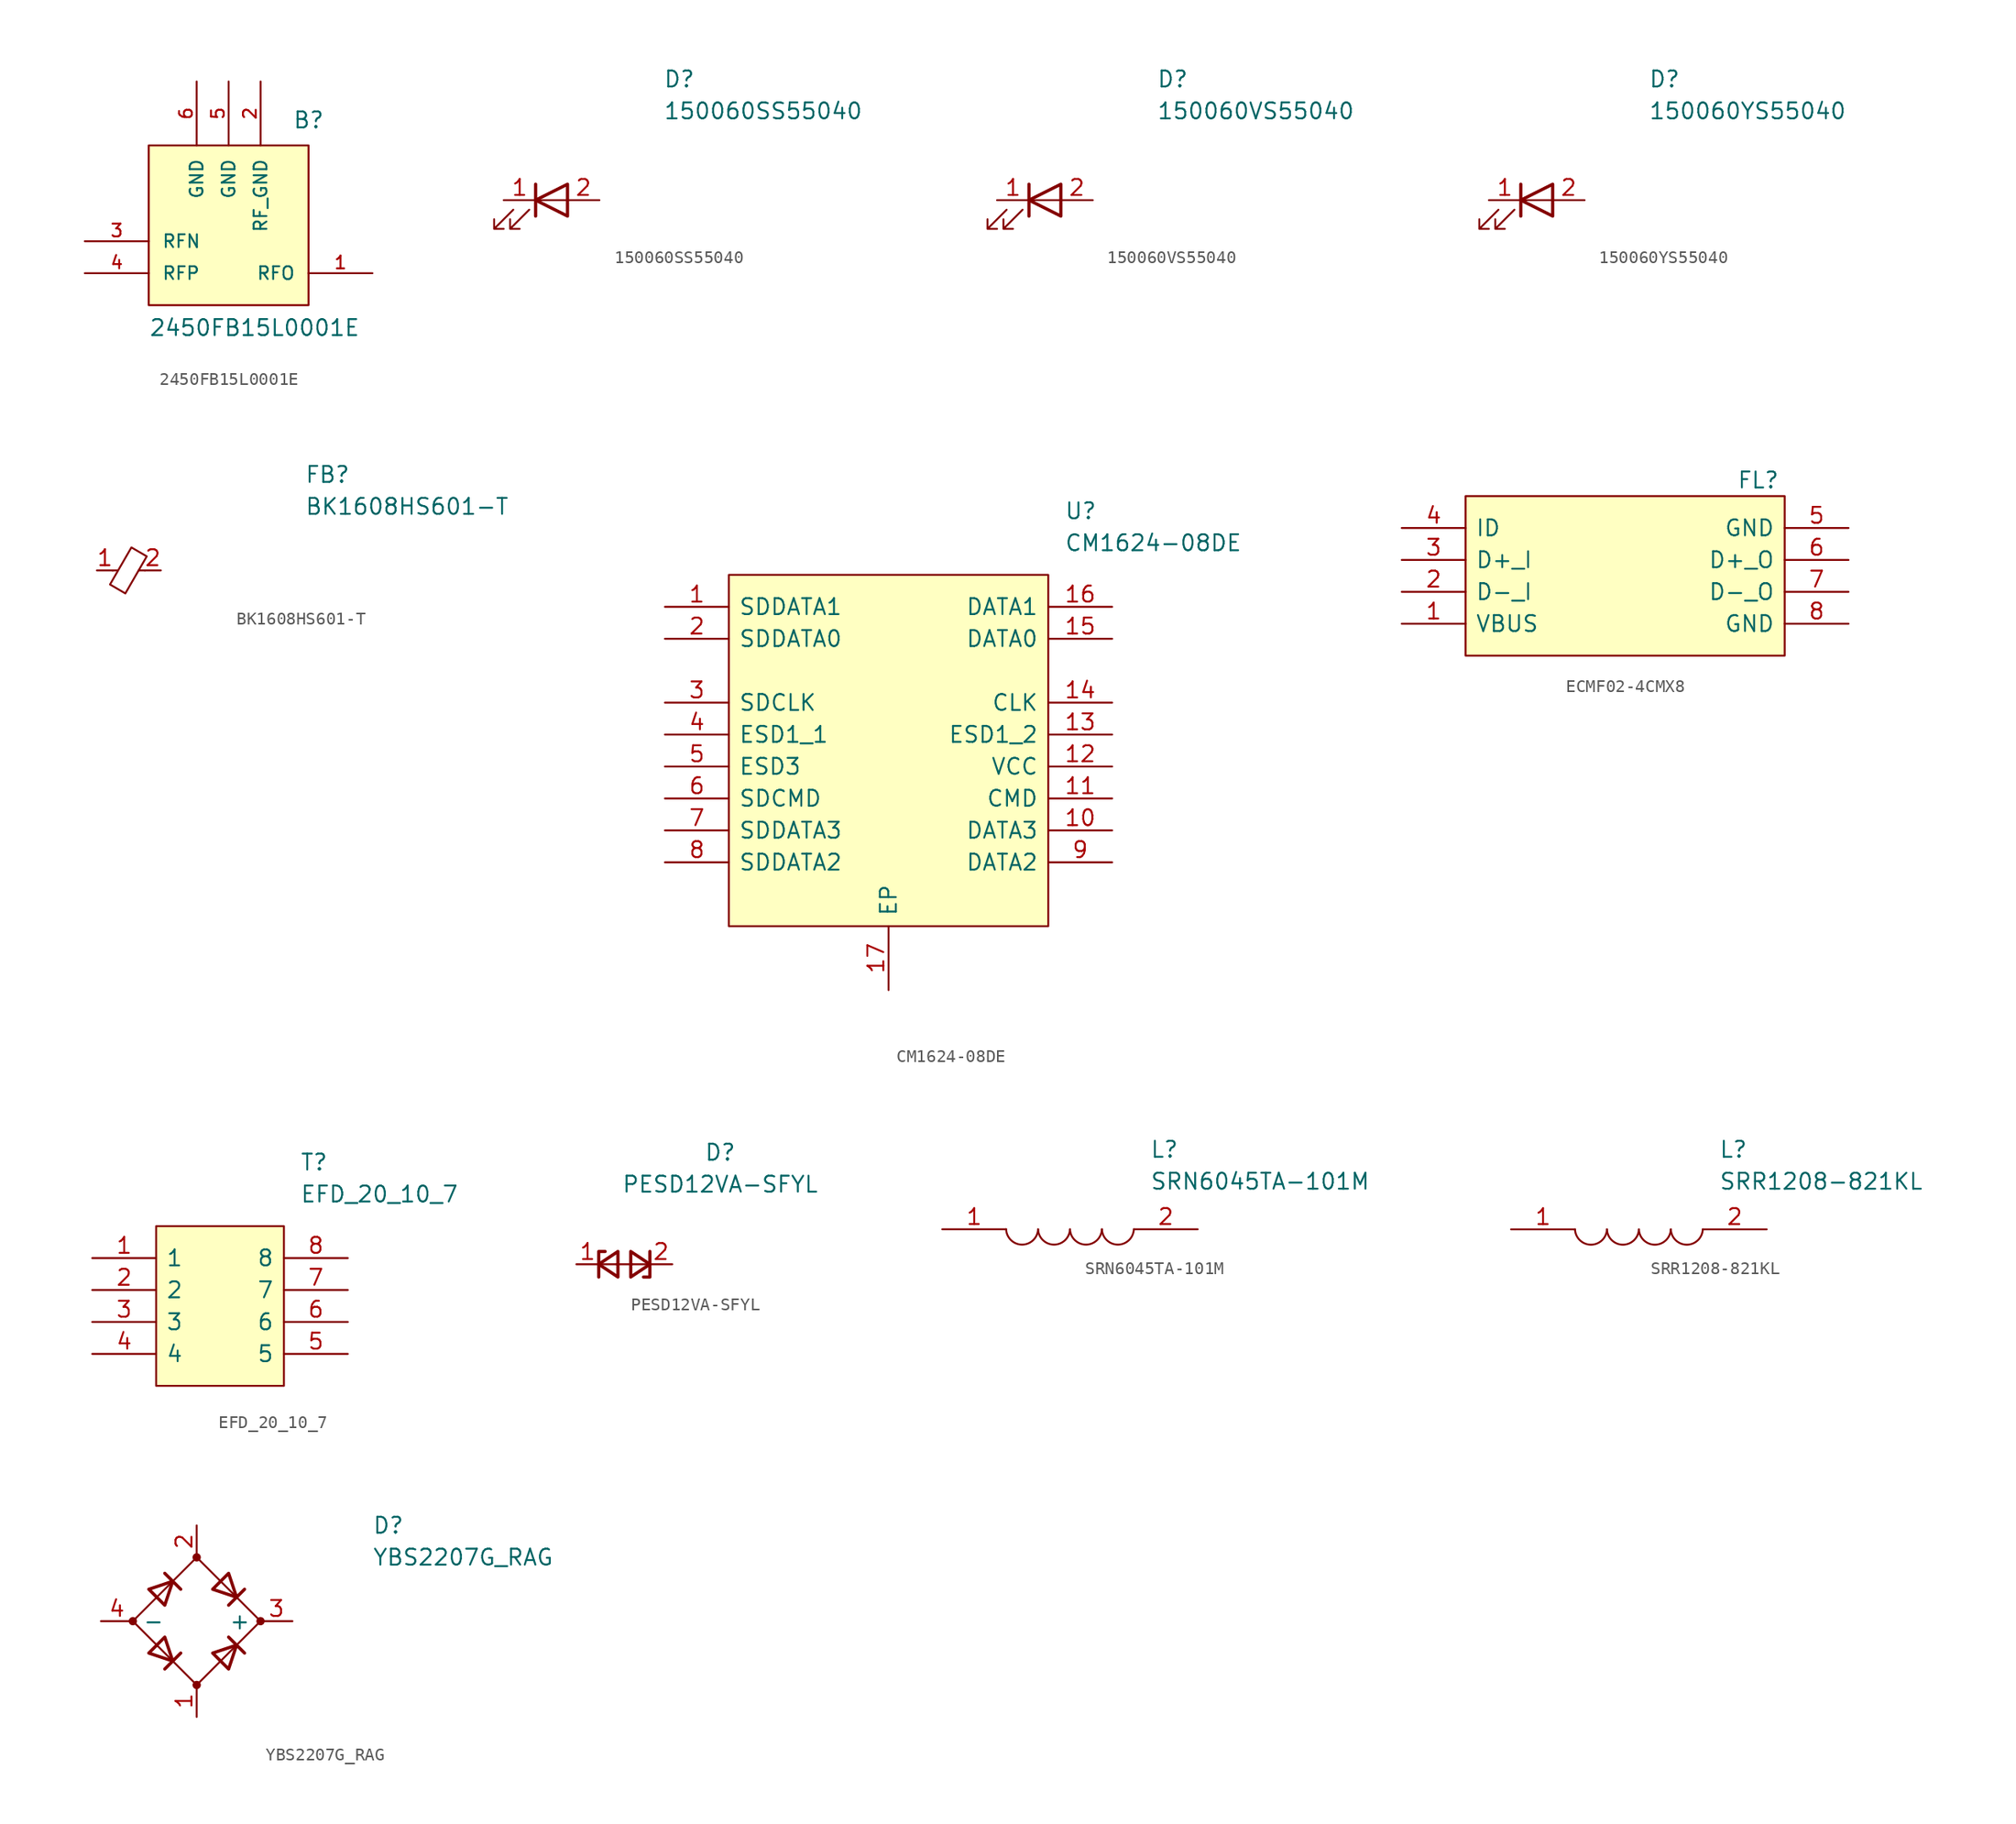
<source format=kicad_sym>
(kicad_symbol_lib
  (version 20211014)
  (generator kicad_symbol_editor)
  (symbol "2450FB15L0001E"
    (pin_names
      (offset 1.016))
    (property "Reference" "B"
      (at 16.51 8.89 0)
      (effects (font (size 1.27 1.27)) (justify left bottom)))
    (property "Value" "2450FB15L0001E"
      (at 5.08 -7.62 0)
      (effects (font (size 1.27 1.27)) (justify left bottom)))
    (symbol "2450FB15L0001E_0_0"
      (rectangle (start 5.08 -5.08) (end 17.78 7.62) (stroke (width 0) (type default) (color 0 0 0 0)) (fill (type background)))
      (pin passive line (at 22.86 -2.54 180) (length 5.08) (name "RFO" (effects (font (size 1.016 1.016)))) (number "1" (effects (font (size 1.016 1.016)))))
      (pin power_in line (at 13.97 12.7 270) (length 5.08) (name "RF_GND" (effects (font (size 1.016 1.016)))) (number "2" (effects (font (size 1.016 1.016)))))
      (pin passive line (at 0 0 0) (length 5.08) (name "RFN" (effects (font (size 1.016 1.016)))) (number "3" (effects (font (size 1.016 1.016)))))
      (pin passive line (at 0 -2.54 0) (length 5.08) (name "RFP" (effects (font (size 1.016 1.016)))) (number "4" (effects (font (size 1.016 1.016)))))
      (pin power_in line (at 11.43 12.7 270) (length 5.08) (name "GND" (effects (font (size 1.016 1.016)))) (number "5" (effects (font (size 1.016 1.016)))))
      (pin power_in line (at 8.89 12.7 270) (length 5.08) (name "GND" (effects (font (size 1.016 1.016)))) (number "6" (effects (font (size 1.016 1.016)))))))
  (symbol "150060SS55040"
    (pin_names
      (offset 0.762) hide)
    (property "Reference" "D"
      (at 12.7 8.89 0)
      (effects (font (size 1.27 1.27)) (justify left bottom)))
    (property "Value" "150060SS55040"
      (at 12.7 6.35 0)
      (effects (font (size 1.27 1.27)) (justify left bottom)))
    (symbol "150060SS55040_1_1"
      (polyline (pts (xy 2.54 -1.27) (xy 2.54 1.27)) (stroke (width 0.254) (type default) (color 0 0 0 0)) (fill (type none)))
      (polyline (pts (xy 2.54 0) (xy 5.08 0)) (stroke (width 0) (type default) (color 0 0 0 0)) (fill (type none)))
      (polyline (pts (xy 5.08 -1.27) (xy 5.08 1.27) (xy 2.54 0) (xy 5.08 -1.27)) (stroke (width 0.254) (type default) (color 0 0 0 0)) (fill (type none)))
      (polyline (pts (xy 0.762 -0.762) (xy -0.762 -2.286) (xy 0 -2.286) (xy -0.762 -2.286) (xy -0.762 -1.524)) (stroke (width 0) (type default) (color 0 0 0 0)) (fill (type none)))
      (polyline (pts (xy 2.032 -0.762) (xy 0.508 -2.286) (xy 1.27 -2.286) (xy 0.508 -2.286) (xy 0.508 -1.524)) (stroke (width 0) (type default) (color 0 0 0 0)) (fill (type none)))
      (pin passive line (at 0 0 0) (length 2.54) (name "K" (effects (font (size 1.27 1.27)))) (number "1" (effects (font (size 1.27 1.27)))))
      (pin passive line (at 7.62 0 180) (length 2.54) (name "A" (effects (font (size 1.27 1.27)))) (number "2" (effects (font (size 1.27 1.27)))))))
  (symbol "150060VS55040"
    (pin_names
      (offset 0.762) hide)
    (property "Reference" "D"
      (at 12.7 8.89 0)
      (effects (font (size 1.27 1.27)) (justify left bottom)))
    (property "Value" "150060VS55040"
      (at 12.7 6.35 0)
      (effects (font (size 1.27 1.27)) (justify left bottom)))
    (symbol "150060VS55040_1_1"
      (polyline (pts (xy 2.54 -1.27) (xy 2.54 1.27)) (stroke (width 0.254) (type default) (color 0 0 0 0)) (fill (type none)))
      (polyline (pts (xy 2.54 0) (xy 5.08 0)) (stroke (width 0) (type default) (color 0 0 0 0)) (fill (type none)))
      (polyline (pts (xy 5.08 -1.27) (xy 5.08 1.27) (xy 2.54 0) (xy 5.08 -1.27)) (stroke (width 0.254) (type default) (color 0 0 0 0)) (fill (type none)))
      (polyline (pts (xy 0.762 -0.762) (xy -0.762 -2.286) (xy 0 -2.286) (xy -0.762 -2.286) (xy -0.762 -1.524)) (stroke (width 0) (type default) (color 0 0 0 0)) (fill (type none)))
      (polyline (pts (xy 2.032 -0.762) (xy 0.508 -2.286) (xy 1.27 -2.286) (xy 0.508 -2.286) (xy 0.508 -1.524)) (stroke (width 0) (type default) (color 0 0 0 0)) (fill (type none)))
      (pin passive line (at 0 0 0) (length 2.54) (name "K" (effects (font (size 1.27 1.27)))) (number "1" (effects (font (size 1.27 1.27)))))
      (pin passive line (at 7.62 0 180) (length 2.54) (name "A" (effects (font (size 1.27 1.27)))) (number "2" (effects (font (size 1.27 1.27)))))))
  (symbol "150060YS55040"
    (pin_names
      (offset 0.762) hide)
    (property "Reference" "D"
      (at 12.7 8.89 0)
      (effects (font (size 1.27 1.27)) (justify left bottom)))
    (property "Value" "150060YS55040"
      (at 12.7 6.35 0)
      (effects (font (size 1.27 1.27)) (justify left bottom)))
    (symbol "150060YS55040_1_1"
      (polyline (pts (xy 2.54 -1.27) (xy 2.54 1.27)) (stroke (width 0.254) (type default) (color 0 0 0 0)) (fill (type none)))
      (polyline (pts (xy 2.54 0) (xy 5.08 0)) (stroke (width 0) (type default) (color 0 0 0 0)) (fill (type none)))
      (polyline (pts (xy 5.08 -1.27) (xy 5.08 1.27) (xy 2.54 0) (xy 5.08 -1.27)) (stroke (width 0.254) (type default) (color 0 0 0 0)) (fill (type none)))
      (polyline (pts (xy 0.762 -0.762) (xy -0.762 -2.286) (xy 0 -2.286) (xy -0.762 -2.286) (xy -0.762 -1.524)) (stroke (width 0) (type default) (color 0 0 0 0)) (fill (type none)))
      (polyline (pts (xy 2.032 -0.762) (xy 0.508 -2.286) (xy 1.27 -2.286) (xy 0.508 -2.286) (xy 0.508 -1.524)) (stroke (width 0) (type default) (color 0 0 0 0)) (fill (type none)))
      (pin passive line (at 0 0 0) (length 2.54) (name "K" (effects (font (size 1.27 1.27)))) (number "1" (effects (font (size 1.27 1.27)))))
      (pin passive line (at 7.62 0 180) (length 2.54) (name "A" (effects (font (size 1.27 1.27)))) (number "2" (effects (font (size 1.27 1.27)))))))
  (symbol "BK1608HS601-T"
    (pin_names
      (offset 0.762))
    (property "Reference" "FB"
      (at 16.51 7.62 0)
      (effects (font (size 1.27 1.27)) (justify left)))
    (property "Value" "BK1608HS601-T"
      (at 16.51 5.08 0)
      (effects (font (size 1.27 1.27)) (justify left)))
    (symbol "BK1608HS601-T_1_1"
      (polyline (pts (xy 1.651 0) (xy 1.245 0)) (stroke (width 0) (type default) (color 0 0 0 0)) (fill (type none)))
      (polyline (pts (xy 3.81 0) (xy 3.327 0)) (stroke (width 0) (type default) (color 0 0 0 0)) (fill (type none)))
      (polyline (pts (xy 2.261 -1.829) (xy 1.041 -1.118) (xy 2.743 1.829) (xy 3.962 1.118) (xy 2.261 -1.829)) (stroke (width 0) (type default) (color 0 0 0 0)) (fill (type none)))
      (pin passive line (at 0 0 0) (length 1.27) (name "~" (effects (font (size 1.27 1.27)))) (number "1" (effects (font (size 1.27 1.27)))))
      (pin passive line (at 5.08 0 180) (length 1.27) (name "~" (effects (font (size 1.27 1.27)))) (number "2" (effects (font (size 1.27 1.27)))))))
  (symbol "CM1624-08DE"
    (pin_names
      (offset 0.762))
    (property "Reference" "U"
      (at 31.75 7.62 0)
      (effects (font (size 1.27 1.27)) (justify left)))
    (property "Value" "CM1624-08DE"
      (at 31.75 5.08 0)
      (effects (font (size 1.27 1.27)) (justify left)))
    (symbol "CM1624-08DE_0_0"
      (pin passive line (at 0 0 0) (length 5.08) (name "SDDATA1" (effects (font (size 1.27 1.27)))) (number "1" (effects (font (size 1.27 1.27)))))
      (pin passive line (at 35.56 -17.78 180) (length 5.08) (name "DATA3" (effects (font (size 1.27 1.27)))) (number "10" (effects (font (size 1.27 1.27)))))
      (pin passive line (at 35.56 -15.24 180) (length 5.08) (name "CMD" (effects (font (size 1.27 1.27)))) (number "11" (effects (font (size 1.27 1.27)))))
      (pin passive line (at 35.56 -12.7 180) (length 5.08) (name "VCC" (effects (font (size 1.27 1.27)))) (number "12" (effects (font (size 1.27 1.27)))))
      (pin passive line (at 35.56 -10.16 180) (length 5.08) (name "ESD1_2" (effects (font (size 1.27 1.27)))) (number "13" (effects (font (size 1.27 1.27)))))
      (pin passive line (at 35.56 -7.62 180) (length 5.08) (name "CLK" (effects (font (size 1.27 1.27)))) (number "14" (effects (font (size 1.27 1.27)))))
      (pin passive line (at 35.56 -2.54 180) (length 5.08) (name "DATA0" (effects (font (size 1.27 1.27)))) (number "15" (effects (font (size 1.27 1.27)))))
      (pin passive line (at 35.56 0 180) (length 5.08) (name "DATA1" (effects (font (size 1.27 1.27)))) (number "16" (effects (font (size 1.27 1.27)))))
      (pin passive line (at 17.78 -30.48 90) (length 5.08) (name "EP" (effects (font (size 1.27 1.27)))) (number "17" (effects (font (size 1.27 1.27)))))
      (pin passive line (at 0 -2.54 0) (length 5.08) (name "SDDATA0" (effects (font (size 1.27 1.27)))) (number "2" (effects (font (size 1.27 1.27)))))
      (pin passive line (at 0 -7.62 0) (length 5.08) (name "SDCLK" (effects (font (size 1.27 1.27)))) (number "3" (effects (font (size 1.27 1.27)))))
      (pin passive line (at 0 -10.16 0) (length 5.08) (name "ESD1_1" (effects (font (size 1.27 1.27)))) (number "4" (effects (font (size 1.27 1.27)))))
      (pin passive line (at 0 -12.7 0) (length 5.08) (name "ESD3" (effects (font (size 1.27 1.27)))) (number "5" (effects (font (size 1.27 1.27)))))
      (pin passive line (at 0 -15.24 0) (length 5.08) (name "SDCMD" (effects (font (size 1.27 1.27)))) (number "6" (effects (font (size 1.27 1.27)))))
      (pin passive line (at 0 -17.78 0) (length 5.08) (name "SDDATA3" (effects (font (size 1.27 1.27)))) (number "7" (effects (font (size 1.27 1.27)))))
      (pin passive line (at 0 -20.32 0) (length 5.08) (name "SDDATA2" (effects (font (size 1.27 1.27)))) (number "8" (effects (font (size 1.27 1.27)))))
      (pin passive line (at 35.56 -20.32 180) (length 5.08) (name "DATA2" (effects (font (size 1.27 1.27)))) (number "9" (effects (font (size 1.27 1.27))))))
    (symbol "CM1624-08DE_0_1"
      (polyline (pts (xy 5.08 2.54) (xy 30.48 2.54) (xy 30.48 -25.4) (xy 5.08 -25.4) (xy 5.08 2.54)) (stroke (width 0) (type default) (color 0 0 0 0)) (fill (type background)))))
  (symbol "ECMF02-4CMX8"
    (pin_names
      (offset 0.762))
    (property "Reference" "FL"
      (at 26.67 3.81 0)
      (effects (font (size 1.27 1.27)) (justify left)))
    (symbol "ECMF02-4CMX8_0_0"
      (pin passive line (at 0 -7.62 0) (length 5.08) (name "VBUS" (effects (font (size 1.27 1.27)))) (number "1" (effects (font (size 1.27 1.27)))))
      (pin passive line (at 0 -5.08 0) (length 5.08) (name "D-_I" (effects (font (size 1.27 1.27)))) (number "2" (effects (font (size 1.27 1.27)))))
      (pin passive line (at 0 -2.54 0) (length 5.08) (name "D+_I" (effects (font (size 1.27 1.27)))) (number "3" (effects (font (size 1.27 1.27)))))
      (pin passive line (at 0 0 0) (length 5.08) (name "ID" (effects (font (size 1.27 1.27)))) (number "4" (effects (font (size 1.27 1.27)))))
      (pin passive line (at 35.56 0 180) (length 5.08) (name "GND" (effects (font (size 1.27 1.27)))) (number "5" (effects (font (size 1.27 1.27)))))
      (pin passive line (at 35.56 -2.54 180) (length 5.08) (name "D+_O" (effects (font (size 1.27 1.27)))) (number "6" (effects (font (size 1.27 1.27)))))
      (pin passive line (at 35.56 -5.08 180) (length 5.08) (name "D-_O" (effects (font (size 1.27 1.27)))) (number "7" (effects (font (size 1.27 1.27)))))
      (pin passive line (at 35.56 -7.62 180) (length 5.08) (name "GND" (effects (font (size 1.27 1.27)))) (number "8" (effects (font (size 1.27 1.27))))))
    (symbol "ECMF02-4CMX8_0_1"
      (polyline (pts (xy 30.48 2.54) (xy 30.48 -10.16) (xy 5.08 -10.16) (xy 5.08 2.54) (xy 30.48 2.54)) (stroke (width 0) (type default) (color 0 0 0 0)) (fill (type background)))))
  (symbol "EFD_20_10_7"
    (pin_names
      (offset 0.762))
    (property "Reference" "T"
      (at 16.51 7.62 0)
      (effects (font (size 1.27 1.27)) (justify left)))
    (property "Value" "EFD_20_10_7"
      (at 16.51 5.08 0)
      (effects (font (size 1.27 1.27)) (justify left)))
    (symbol "EFD_20_10_7_0_0"
      (pin passive line (at 0 0 0) (length 5.08) (name "1" (effects (font (size 1.27 1.27)))) (number "1" (effects (font (size 1.27 1.27)))))
      (pin passive line (at 0 -2.54 0) (length 5.08) (name "2" (effects (font (size 1.27 1.27)))) (number "2" (effects (font (size 1.27 1.27)))))
      (pin passive line (at 0 -5.08 0) (length 5.08) (name "3" (effects (font (size 1.27 1.27)))) (number "3" (effects (font (size 1.27 1.27)))))
      (pin passive line (at 0 -7.62 0) (length 5.08) (name "4" (effects (font (size 1.27 1.27)))) (number "4" (effects (font (size 1.27 1.27)))))
      (pin passive line (at 20.32 -7.62 180) (length 5.08) (name "5" (effects (font (size 1.27 1.27)))) (number "5" (effects (font (size 1.27 1.27)))))
      (pin passive line (at 20.32 -5.08 180) (length 5.08) (name "6" (effects (font (size 1.27 1.27)))) (number "6" (effects (font (size 1.27 1.27)))))
      (pin passive line (at 20.32 -2.54 180) (length 5.08) (name "7" (effects (font (size 1.27 1.27)))) (number "7" (effects (font (size 1.27 1.27)))))
      (pin passive line (at 20.32 0 180) (length 5.08) (name "8" (effects (font (size 1.27 1.27)))) (number "8" (effects (font (size 1.27 1.27))))))
    (symbol "EFD_20_10_7_0_1"
      (polyline (pts (xy 5.08 2.54) (xy 15.24 2.54) (xy 15.24 -10.16) (xy 5.08 -10.16) (xy 5.08 2.54)) (stroke (width 0.152) (type default) (color 0 0 0 0)) (fill (type background)))))
  (symbol "PESD12VA-SFYL"
    (pin_names
      (offset 0.762))
    (property "Reference" "D"
      (at 11.43 8.89 0)
      (effects (font (size 1.27 1.27))))
    (property "Value" "PESD12VA-SFYL"
      (at 11.43 6.35 0)
      (effects (font (size 1.27 1.27))))
    (symbol "PESD12VA-SFYL_0_1"
      (rectangle (start 3.175 0) (end 4.445 0) (stroke (width 0) (type default) (color 0 0 0 0)) (fill (type none))))
    (symbol "PESD12VA-SFYL_1_1"
      (polyline (pts (xy 3.302 0) (xy 1.778 0)) (stroke (width 0) (type default) (color 0 0 0 0)) (fill (type none)))
      (polyline (pts (xy 4.318 0) (xy 5.842 0)) (stroke (width 0) (type default) (color 0 0 0 0)) (fill (type none)))
      (polyline (pts (xy 2.286 1.016) (xy 1.778 1.016) (xy 1.778 -1.016)) (stroke (width 0.254) (type default) (color 0 0 0 0)) (fill (type none)))
      (polyline (pts (xy 5.334 -1.016) (xy 5.842 -1.016) (xy 5.842 1.016)) (stroke (width 0.254) (type default) (color 0 0 0 0)) (fill (type none)))
      (polyline (pts (xy 3.302 1.016) (xy 1.778 0) (xy 3.302 -1.016) (xy 3.302 1.016)) (stroke (width 0.254) (type default) (color 0 0 0 0)) (fill (type none)))
      (polyline (pts (xy 4.318 -1.016) (xy 5.842 0) (xy 4.318 1.016) (xy 4.318 -1.016)) (stroke (width 0.254) (type default) (color 0 0 0 0)) (fill (type none)))
      (pin passive line (at 0 0 0) (length 1.778) (name "~" (effects (font (size 1.27 1.27)))) (number "1" (effects (font (size 1.27 1.27)))))
      (pin passive line (at 7.62 0 180) (length 1.778) (name "~" (effects (font (size 1.27 1.27)))) (number "2" (effects (font (size 1.27 1.27)))))))
  (symbol "SRN6045TA-101M"
    (pin_names
      (offset 0.762))
    (property "Reference" "L"
      (at 16.51 6.35 0)
      (effects (font (size 1.27 1.27)) (justify left)))
    (property "Value" "SRN6045TA-101M"
      (at 16.51 3.81 0)
      (effects (font (size 1.27 1.27)) (justify left)))
    (symbol "SRN6045TA-101M_0_0"
      (pin passive line (at 0 0 0) (length 5.08) (name "~" (effects (font (size 1.27 1.27)))) (number "1" (effects (font (size 1.27 1.27)))))
      (pin passive line (at 20.32 0 180) (length 5.08) (name "~" (effects (font (size 1.27 1.27)))) (number "2" (effects (font (size 1.27 1.27))))))
    (symbol "SRN6045TA-101M_0_1"
      (arc (start 5.08 0) (mid 6.35 -1.3218) (end 7.62 0) (stroke (width 0.1524) (type default) (color 0 0 0 0)) (fill (type none)))
      (arc (start 7.62 0) (mid 8.89 -1.3218) (end 10.16 0) (stroke (width 0.1524) (type default) (color 0 0 0 0)) (fill (type none)))
      (arc (start 10.16 0) (mid 11.43 -1.3218) (end 12.7 0) (stroke (width 0.1524) (type default) (color 0 0 0 0)) (fill (type none)))
      (arc (start 12.7 0) (mid 13.97 -1.3218) (end 15.24 0) (stroke (width 0.1524) (type default) (color 0 0 0 0)) (fill (type none)))))
  (symbol "SRR1208-821KL"
    (pin_names
      (offset 0.762))
    (property "Reference" "L"
      (at 16.51 6.35 0)
      (effects (font (size 1.27 1.27)) (justify left)))
    (property "Value" "SRR1208-821KL"
      (at 16.51 3.81 0)
      (effects (font (size 1.27 1.27)) (justify left)))
    (symbol "SRR1208-821KL_0_0"
      (pin passive line (at 0 0 0) (length 5.08) (name "~" (effects (font (size 1.27 1.27)))) (number "1" (effects (font (size 1.27 1.27)))))
      (pin passive line (at 20.32 0 180) (length 5.08) (name "~" (effects (font (size 1.27 1.27)))) (number "2" (effects (font (size 1.27 1.27))))))
    (symbol "SRR1208-821KL_0_1"
      (arc (start 5.08 0) (mid 6.35 -1.3218) (end 7.62 0) (stroke (width 0.1524) (type default) (color 0 0 0 0)) (fill (type none)))
      (arc (start 7.62 0) (mid 8.89 -1.3218) (end 10.16 0) (stroke (width 0.1524) (type default) (color 0 0 0 0)) (fill (type none)))
      (arc (start 10.16 0) (mid 11.43 -1.3218) (end 12.7 0) (stroke (width 0.1524) (type default) (color 0 0 0 0)) (fill (type none)))
      (arc (start 12.7 0) (mid 13.97 -1.3218) (end 15.24 0) (stroke (width 0.1524) (type default) (color 0 0 0 0)) (fill (type none)))))
  (symbol "YBS2207G_RAG"
    (pin_names
      (offset 0.762))
    (property "Reference" "D"
      (at 21.59 7.62 0)
      (effects (font (size 1.27 1.27)) (justify left)))
    (property "Value" "YBS2207G_RAG"
      (at 21.59 5.08 0)
      (effects (font (size 1.27 1.27)) (justify left)))
    (symbol "YBS2207G_RAG_1_1"
      (polyline (pts (xy 5.08 3.81) (xy 6.35 2.54)) (stroke (width 0.254) (type default) (color 0 0 0 0)) (fill (type none)))
      (polyline (pts (xy 6.35 -2.54) (xy 5.08 -3.81)) (stroke (width 0.254) (type default) (color 0 0 0 0)) (fill (type none)))
      (polyline (pts (xy 10.16 -1.27) (xy 11.43 -2.54)) (stroke (width 0.254) (type default) (color 0 0 0 0)) (fill (type none)))
      (polyline (pts (xy 10.16 1.27) (xy 11.43 2.54)) (stroke (width 0.254) (type default) (color 0 0 0 0)) (fill (type none)))
      (polyline (pts (xy 3.81 2.54) (xy 5.08 1.27) (xy 5.715 3.175) (xy 3.81 2.54)) (stroke (width 0.254) (type default) (color 0 0 0 0)) (fill (type none)))
      (polyline (pts (xy 5.08 -1.27) (xy 3.81 -2.54) (xy 5.715 -3.175) (xy 5.08 -1.27)) (stroke (width 0.254) (type default) (color 0 0 0 0)) (fill (type none)))
      (polyline (pts (xy 8.89 2.54) (xy 10.16 3.81) (xy 10.795 1.905) (xy 8.89 2.54)) (stroke (width 0.254) (type default) (color 0 0 0 0)) (fill (type none)))
      (polyline (pts (xy 10.795 -1.905) (xy 8.89 -2.54) (xy 10.16 -3.81) (xy 10.795 -1.905)) (stroke (width 0.254) (type default) (color 0 0 0 0)) (fill (type none)))
      (polyline (pts (xy 2.54 0) (xy 7.62 -5.08) (xy 12.7 0) (xy 7.62 5.08) (xy 2.54 0)) (stroke (width 0) (type default) (color 0 0 0 0)) (fill (type none)))
      (circle (center 2.54 0) (radius 0.254) (stroke (width 0) (type default) (color 0 0 0 0)) (fill (type outline)))
      (circle (center 7.62 -5.08) (radius 0.254) (stroke (width 0) (type default) (color 0 0 0 0)) (fill (type outline)))
      (circle (center 7.62 5.08) (radius 0.254) (stroke (width 0) (type default) (color 0 0 0 0)) (fill (type outline)))
      (circle (center 12.7 0) (radius 0.254) (stroke (width 0) (type default) (color 0 0 0 0)) (fill (type outline)))
      (pin passive line (at 7.62 -7.62 90) (length 2.54) (name "~" (effects (font (size 1.27 1.27)))) (number "1" (effects (font (size 1.27 1.27)))))
      (pin passive line (at 7.62 7.62 270) (length 2.54) (name "~" (effects (font (size 1.27 1.27)))) (number "2" (effects (font (size 1.27 1.27)))))
      (pin passive line (at 15.24 0 180) (length 2.54) (name "+" (effects (font (size 1.27 1.27)))) (number "3" (effects (font (size 1.27 1.27)))))
      (pin passive line (at 0 0 0) (length 2.54) (name "-" (effects (font (size 1.27 1.27)))) (number "4" (effects (font (size 1.27 1.27))))))))
</source>
